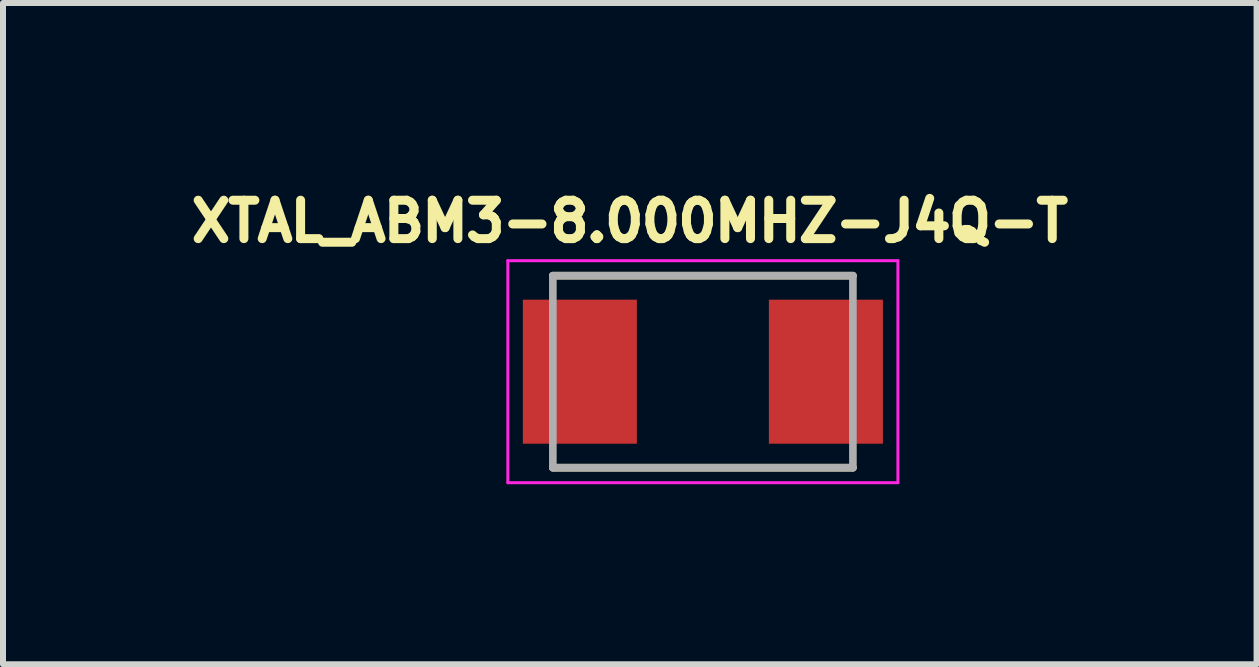
<source format=kicad_pcb>
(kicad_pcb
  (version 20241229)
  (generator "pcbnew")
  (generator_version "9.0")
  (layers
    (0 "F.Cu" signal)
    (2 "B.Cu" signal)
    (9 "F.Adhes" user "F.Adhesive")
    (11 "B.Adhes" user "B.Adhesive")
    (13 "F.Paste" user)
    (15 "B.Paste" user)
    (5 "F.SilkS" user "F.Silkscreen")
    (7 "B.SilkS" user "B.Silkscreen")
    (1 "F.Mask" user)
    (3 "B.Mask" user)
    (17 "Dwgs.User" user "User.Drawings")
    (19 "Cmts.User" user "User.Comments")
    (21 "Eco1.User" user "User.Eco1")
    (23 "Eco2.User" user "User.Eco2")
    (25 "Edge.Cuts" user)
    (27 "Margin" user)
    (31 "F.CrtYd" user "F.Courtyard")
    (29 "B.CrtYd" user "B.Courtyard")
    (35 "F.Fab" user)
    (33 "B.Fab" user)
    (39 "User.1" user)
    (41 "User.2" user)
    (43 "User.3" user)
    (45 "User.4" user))
  (footprint "XTAL_ABM3-8.000MHZ-J4Q-T"
    (layer "F.Cu")
    (at 8.663 3.144)
    (property "Reference" "XTAL_ABM3-8.000MHZ-J4Q-T" (at -1.218 -2.506 0) (layer "F.SilkS") (effects (font (size 0.64 0.64) (thickness 0.15))))
    (attr smd)
    (fp_line (start -2.5 -1.6) (end 2.5 -1.6) (stroke (width 0.127) (type solid)) (layer "F.SilkS"))
    (fp_line (start -2.5 1.6) (end 2.5 1.6) (stroke (width 0.127) (type solid)) (layer "F.SilkS"))
    (fp_line (start -3.25 -1.85) (end -3.25 1.85) (stroke (width 0.05) (type solid)) (layer "F.CrtYd"))
    (fp_line (start -3.25 1.85) (end 3.25 1.85) (stroke (width 0.05) (type solid)) (layer "F.CrtYd"))
    (fp_line (start 3.25 -1.85) (end -3.25 -1.85) (stroke (width 0.05) (type solid)) (layer "F.CrtYd"))
    (fp_line (start 3.25 1.85) (end 3.25 -1.85) (stroke (width 0.05) (type solid)) (layer "F.CrtYd"))
    (fp_line (start -2.5 -1.6) (end -2.5 1.6) (stroke (width 0.127) (type solid)) (layer "F.Fab"))
    (fp_line (start -2.5 -1.6) (end 2.5 -1.6) (stroke (width 0.127) (type solid)) (layer "F.Fab"))
    (fp_line (start -2.5 1.6) (end 2.5 1.6) (stroke (width 0.127) (type solid)) (layer "F.Fab"))
    (fp_line (start 2.5 -1.6) (end 2.5 1.6) (stroke (width 0.127) (type solid)) (layer "F.Fab"))
    (pad "1" smd rect (at -2.05 0) (size 1.9 2.4) (layers "F.Cu" "F.Mask" "F.Paste"))
    (pad "2" smd rect (at 2.05 0) (size 1.9 2.4) (layers "F.Cu" "F.Mask" "F.Paste")))
  (gr_rect
    (start -3 -3)
    (end 17.89 8.019)
    (stroke (width 0.1) (type default))
    (fill no)
    (layer "Edge.Cuts")))
</source>
